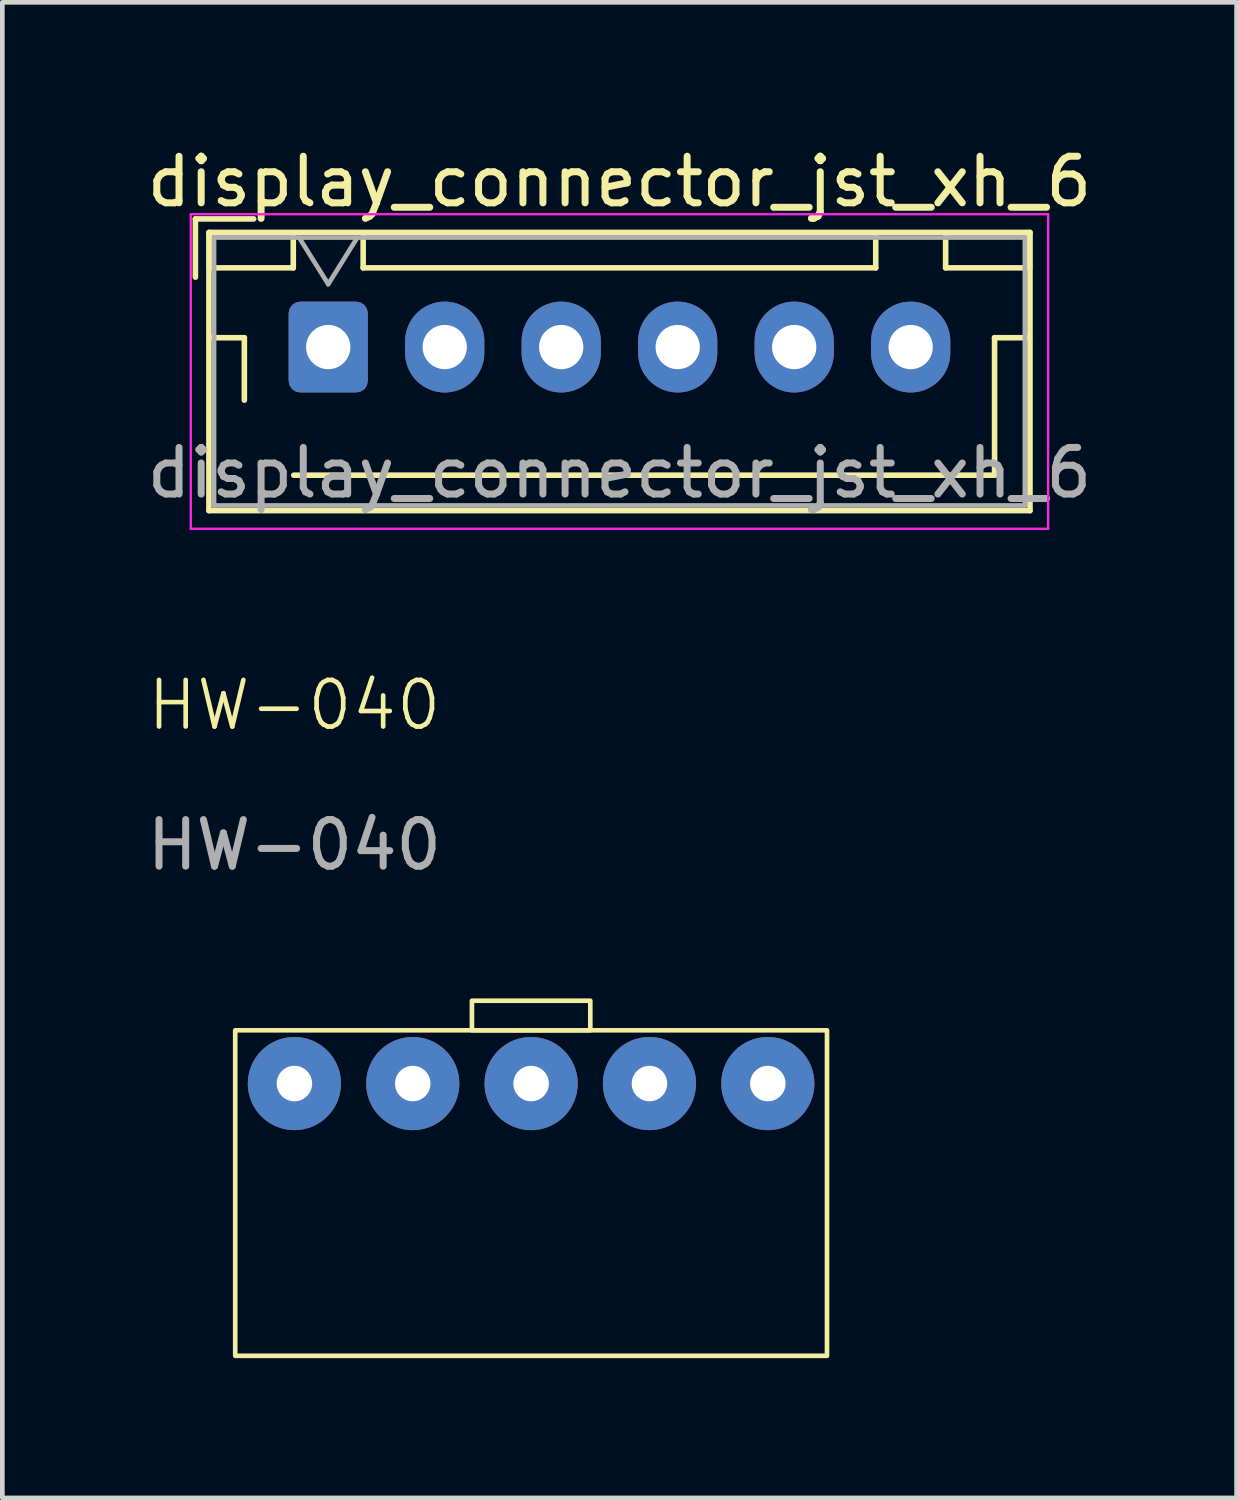
<source format=kicad_pcb>
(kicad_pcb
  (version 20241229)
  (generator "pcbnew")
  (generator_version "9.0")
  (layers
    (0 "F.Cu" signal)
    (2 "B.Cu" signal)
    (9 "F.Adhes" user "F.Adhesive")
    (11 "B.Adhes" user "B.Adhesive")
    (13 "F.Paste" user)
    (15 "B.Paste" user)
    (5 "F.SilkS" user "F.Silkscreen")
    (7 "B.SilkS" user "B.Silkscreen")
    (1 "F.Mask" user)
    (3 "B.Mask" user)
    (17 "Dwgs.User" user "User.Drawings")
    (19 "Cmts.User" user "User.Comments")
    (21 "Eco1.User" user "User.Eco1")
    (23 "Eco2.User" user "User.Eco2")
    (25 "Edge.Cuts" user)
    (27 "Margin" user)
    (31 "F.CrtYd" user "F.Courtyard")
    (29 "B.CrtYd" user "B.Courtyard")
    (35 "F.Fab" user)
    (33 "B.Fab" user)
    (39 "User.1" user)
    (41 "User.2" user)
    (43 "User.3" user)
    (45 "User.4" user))
  (footprint "display_connector_jst_xh_6"
    (layer "F.Cu")
    (at 3.994 4.398)
    (property "Reference" "display_connector_jst_xh_6" (at 6.25 -3.55 0) (layer "F.SilkS") (effects (font (size 1 1) (thickness 0.15))))
    (attr through_hole)
    (fp_line (start -2.85 -2.75) (end -2.85 -1.5) (stroke (width 0.12) (type solid)) (layer "F.SilkS"))
    (fp_line (start -2.56 -2.46) (end -2.56 3.51) (stroke (width 0.12) (type solid)) (layer "F.SilkS"))
    (fp_line (start -2.56 3.51) (end 15.06 3.51) (stroke (width 0.12) (type solid)) (layer "F.SilkS"))
    (fp_line (start -2.55 -2.45) (end -2.55 -1.7) (stroke (width 0.12) (type solid)) (layer "F.SilkS"))
    (fp_line (start -2.55 -1.7) (end -0.75 -1.7) (stroke (width 0.12) (type solid)) (layer "F.SilkS"))
    (fp_line (start -2.55 -0.2) (end -1.8 -0.2) (stroke (width 0.12) (type solid)) (layer "F.SilkS"))
    (fp_line (start -1.8 -0.2) (end -1.8 1.14) (stroke (width 0.12) (type solid)) (layer "F.SilkS"))
    (fp_line (start -1.6 -2.75) (end -2.85 -2.75) (stroke (width 0.12) (type solid)) (layer "F.SilkS"))
    (fp_line (start -0.75 -2.45) (end -2.55 -2.45) (stroke (width 0.12) (type solid)) (layer "F.SilkS"))
    (fp_line (start -0.75 -1.7) (end -0.75 -2.45) (stroke (width 0.12) (type solid)) (layer "F.SilkS"))
    (fp_line (start 0.75 -2.45) (end 0.75 -1.7) (stroke (width 0.12) (type solid)) (layer "F.SilkS"))
    (fp_line (start 0.75 -1.7) (end 11.75 -1.7) (stroke (width 0.12) (type solid)) (layer "F.SilkS"))
    (fp_line (start 6.25 2.75) (end -0.74 2.75) (stroke (width 0.12) (type solid)) (layer "F.SilkS"))
    (fp_line (start 11.75 -2.45) (end 0.75 -2.45) (stroke (width 0.12) (type solid)) (layer "F.SilkS"))
    (fp_line (start 11.75 -1.7) (end 11.75 -2.45) (stroke (width 0.12) (type solid)) (layer "F.SilkS"))
    (fp_line (start 13.25 -2.45) (end 13.25 -1.7) (stroke (width 0.12) (type solid)) (layer "F.SilkS"))
    (fp_line (start 13.25 -1.7) (end 15.05 -1.7) (stroke (width 0.12) (type solid)) (layer "F.SilkS"))
    (fp_line (start 14.3 -0.2) (end 14.3 2.75) (stroke (width 0.12) (type solid)) (layer "F.SilkS"))
    (fp_line (start 14.3 2.75) (end 6.25 2.75) (stroke (width 0.12) (type solid)) (layer "F.SilkS"))
    (fp_line (start 15.05 -2.45) (end 13.25 -2.45) (stroke (width 0.12) (type solid)) (layer "F.SilkS"))
    (fp_line (start 15.05 -1.7) (end 15.05 -2.45) (stroke (width 0.12) (type solid)) (layer "F.SilkS"))
    (fp_line (start 15.05 -0.2) (end 14.3 -0.2) (stroke (width 0.12) (type solid)) (layer "F.SilkS"))
    (fp_line (start 15.06 -2.46) (end -2.56 -2.46) (stroke (width 0.12) (type solid)) (layer "F.SilkS"))
    (fp_line (start 15.06 3.51) (end 15.06 -2.46) (stroke (width 0.12) (type solid)) (layer "F.SilkS"))
    (fp_line (start -2.95 -2.85) (end -2.95 3.9) (stroke (width 0.05) (type solid)) (layer "F.CrtYd"))
    (fp_line (start -2.95 3.9) (end 15.45 3.9) (stroke (width 0.05) (type solid)) (layer "F.CrtYd"))
    (fp_line (start 15.45 -2.85) (end -2.95 -2.85) (stroke (width 0.05) (type solid)) (layer "F.CrtYd"))
    (fp_line (start 15.45 3.9) (end 15.45 -2.85) (stroke (width 0.05) (type solid)) (layer "F.CrtYd"))
    (fp_line (start -2.45 -2.35) (end -2.45 3.4) (stroke (width 0.1) (type solid)) (layer "F.Fab"))
    (fp_line (start -2.45 3.4) (end 14.95 3.4) (stroke (width 0.1) (type solid)) (layer "F.Fab"))
    (fp_line (start -0.625 -2.35) (end 0 -1.35) (stroke (width 0.1) (type solid)) (layer "F.Fab"))
    (fp_line (start 0 -1.35) (end 0.625 -2.35) (stroke (width 0.1) (type solid)) (layer "F.Fab"))
    (fp_line (start 14.95 -2.35) (end -2.45 -2.35) (stroke (width 0.1) (type solid)) (layer "F.Fab"))
    (fp_line (start 14.95 3.4) (end 14.95 -2.35) (stroke (width 0.1) (type solid)) (layer "F.Fab"))
    (fp_text user "${REFERENCE}" (at 6.25 2.7 0) (layer "F.Fab") (effects (font (size 1 1) (thickness 0.15))))
    (pad "1" thru_hole roundrect (at 0 0) (size 1.7 1.95) (drill 0.95) (layers "*.Cu" "*.Mask") (roundrect_rratio 0.147))
    (pad "2" thru_hole oval (at 2.5 0) (size 1.7 1.95) (drill 0.95) (layers "*.Cu" "*.Mask"))
    (pad "4" thru_hole oval (at 5 0) (size 1.7 1.95) (drill 0.95) (layers "*.Cu" "*.Mask"))
    (pad "5" thru_hole oval (at 7.5 0) (size 1.7 1.95) (drill 0.95) (layers "*.Cu" "*.Mask"))
    (pad "14" thru_hole oval (at 10 0) (size 1.7 1.95) (drill 0.95) (layers "*.Cu" "*.Mask"))
    (pad "16" thru_hole oval (at 12.5 0) (size 1.7 1.95) (drill 0.95) (layers "*.Cu" "*.Mask")))
  (footprint "HW-040"
    (layer "F.Cu")
    (at 3.268 12.584)
    (property "Reference" "HW-040" (at 0 -0.5 0) (unlocked yes) (layer "F.SilkS") (effects (font (size 1 1) (thickness 0.1))))
    (attr through_hole)
    (fp_rect (start -1.27 6.477) (end 11.43 13.462) (stroke (width 0.1) (type default)) (fill no) (layer "F.SilkS"))
    (fp_rect (start 3.81 6.477) (end 6.35 5.842) (stroke (width 0.1) (type default)) (fill no) (layer "F.SilkS"))
    (fp_text user "${REFERENCE}" (at 0 2.5 0) (unlocked yes) (layer "F.Fab") (effects (font (size 1 1) (thickness 0.15))))
    (pad "1" thru_hole circle (at 0 7.62) (size 2 2) (drill 0.762) (layers "*.Cu" "*.Mask"))
    (pad "2" thru_hole circle (at 2.54 7.62) (size 2 2) (drill 0.762) (layers "*.Cu" "*.Mask"))
    (pad "3" thru_hole circle (at 5.08 7.62) (size 2 2) (drill 0.762) (layers "*.Cu" "*.Mask"))
    (pad "4" thru_hole circle (at 7.62 7.62) (size 2 2) (drill 0.762) (layers "*.Cu" "*.Mask"))
    (pad "5" thru_hole circle (at 10.16 7.62) (size 2 2) (drill 0.762) (layers "*.Cu" "*.Mask")))
  (gr_rect
    (start -3 -3)
    (end 23.488 29.096)
    (stroke (width 0.1) (type default))
    (fill no)
    (layer "Edge.Cuts")))
</source>
